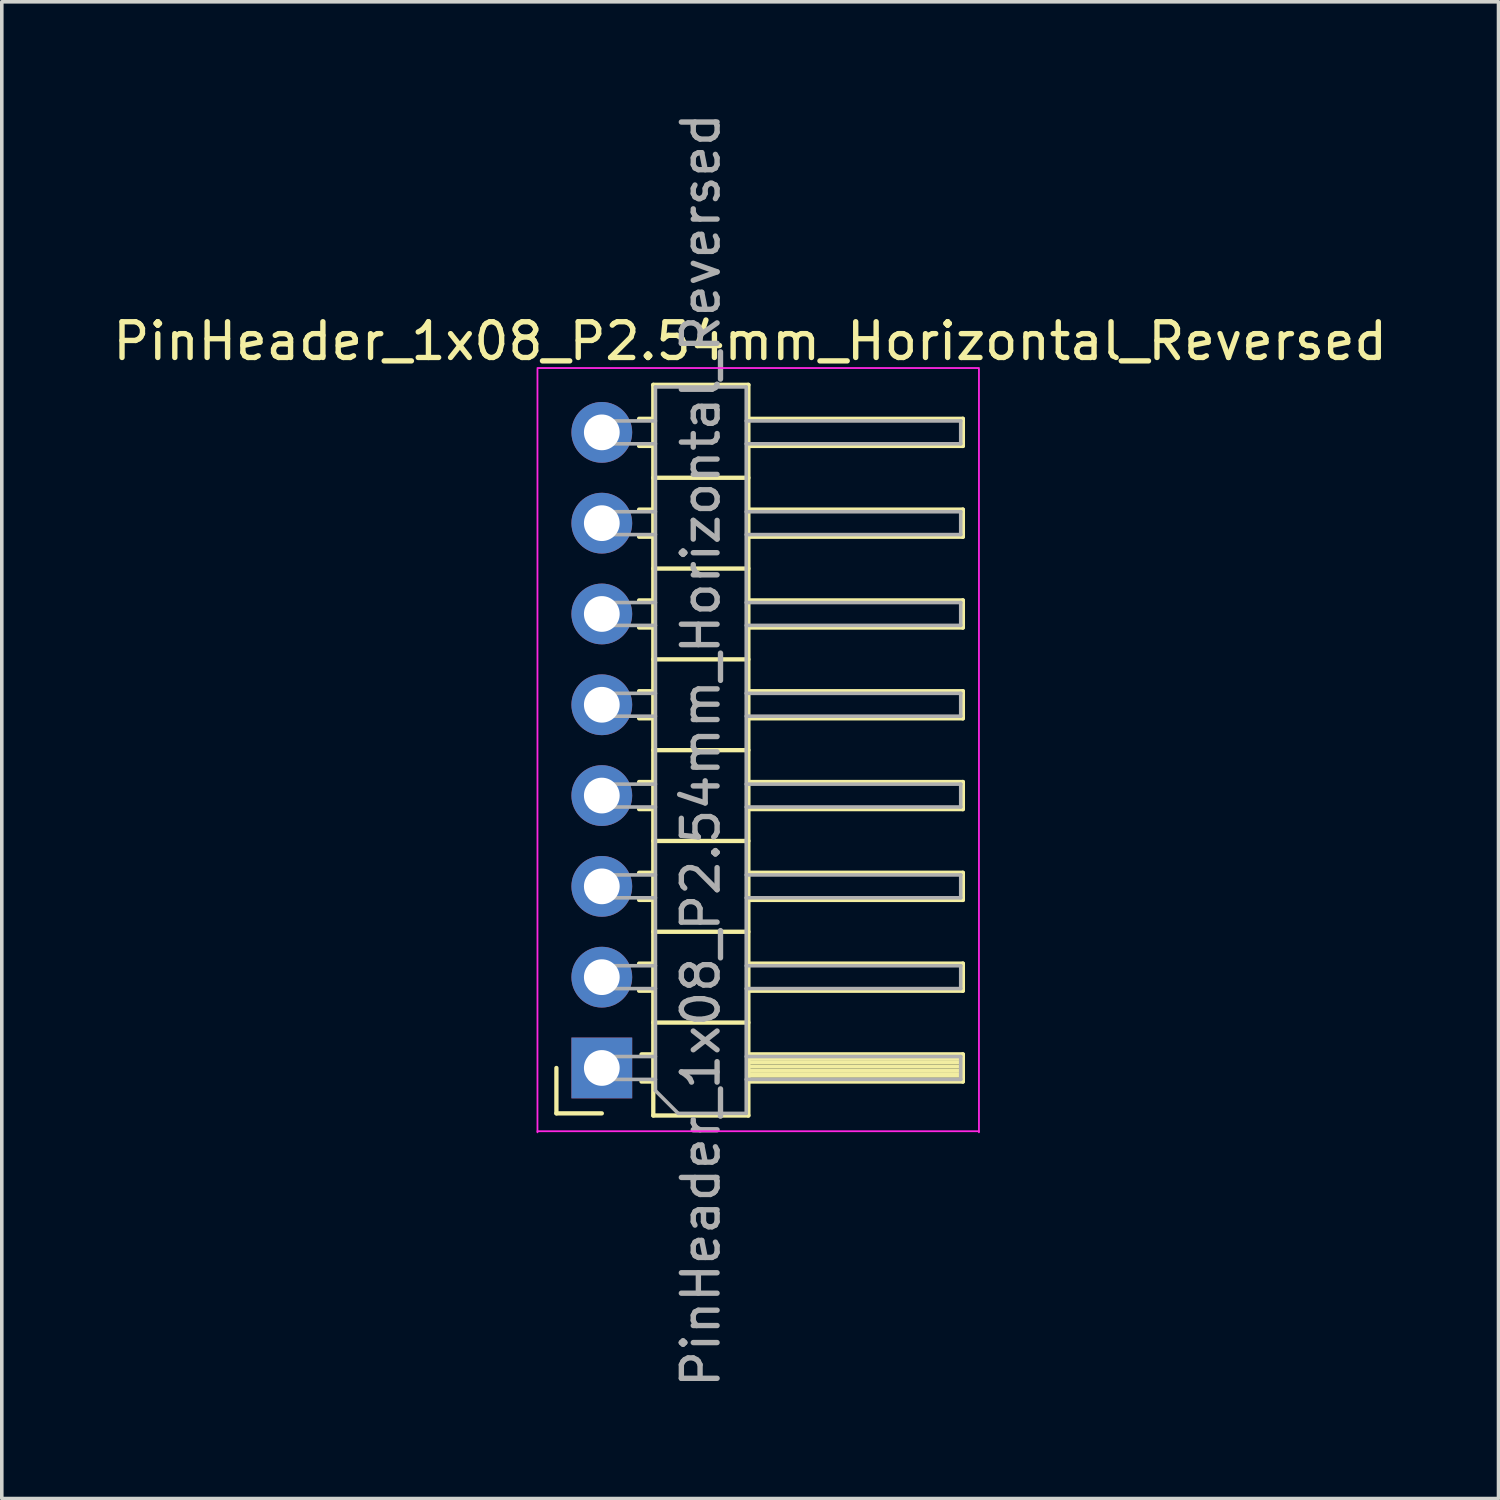
<source format=kicad_pcb>
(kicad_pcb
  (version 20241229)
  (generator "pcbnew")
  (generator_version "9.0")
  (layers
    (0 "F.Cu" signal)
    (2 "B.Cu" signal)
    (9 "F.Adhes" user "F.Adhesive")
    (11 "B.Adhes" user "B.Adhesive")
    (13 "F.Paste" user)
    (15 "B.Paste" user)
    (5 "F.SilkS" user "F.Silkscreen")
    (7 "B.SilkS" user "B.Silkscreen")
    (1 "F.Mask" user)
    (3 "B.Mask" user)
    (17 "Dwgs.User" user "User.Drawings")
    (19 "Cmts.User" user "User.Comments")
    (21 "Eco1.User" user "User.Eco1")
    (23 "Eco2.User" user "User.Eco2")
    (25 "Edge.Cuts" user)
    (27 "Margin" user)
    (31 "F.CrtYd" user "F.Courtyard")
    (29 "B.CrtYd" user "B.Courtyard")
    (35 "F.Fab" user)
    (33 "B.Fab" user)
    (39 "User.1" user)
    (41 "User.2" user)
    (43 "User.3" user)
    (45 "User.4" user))
  (footprint "PinHeader_1x08_P2.54mm_Horizontal_Reversed"
    (layer "F.Cu")
    (at 13.785 9.045)
    (property "Reference" "PinHeader_1x08_P2.54mm_Horizontal_Reversed" (at 4.15 -2.55 0) (layer "F.SilkS") (effects (font (size 1 1) (thickness 0.15))))
    (attr through_hole)
    (fp_line (start -1.27 17.78) (end -1.27 19.05) (stroke (width 0.12) (type solid)) (layer "F.SilkS"))
    (fp_line (start -1.27 19.05) (end 0 19.05) (stroke (width 0.12) (type solid)) (layer "F.SilkS"))
    (fp_line (start 1.043 -0.38) (end 1.44 -0.38) (stroke (width 0.12) (type solid)) (layer "F.SilkS"))
    (fp_line (start 1.043 0.38) (end 1.44 0.38) (stroke (width 0.12) (type solid)) (layer "F.SilkS"))
    (fp_line (start 1.043 2.16) (end 1.44 2.16) (stroke (width 0.12) (type solid)) (layer "F.SilkS"))
    (fp_line (start 1.043 2.92) (end 1.44 2.92) (stroke (width 0.12) (type solid)) (layer "F.SilkS"))
    (fp_line (start 1.043 4.7) (end 1.44 4.7) (stroke (width 0.12) (type solid)) (layer "F.SilkS"))
    (fp_line (start 1.043 5.46) (end 1.44 5.46) (stroke (width 0.12) (type solid)) (layer "F.SilkS"))
    (fp_line (start 1.043 7.24) (end 1.44 7.24) (stroke (width 0.12) (type solid)) (layer "F.SilkS"))
    (fp_line (start 1.043 8) (end 1.44 8) (stroke (width 0.12) (type solid)) (layer "F.SilkS"))
    (fp_line (start 1.043 9.78) (end 1.44 9.78) (stroke (width 0.12) (type solid)) (layer "F.SilkS"))
    (fp_line (start 1.043 10.54) (end 1.44 10.54) (stroke (width 0.12) (type solid)) (layer "F.SilkS"))
    (fp_line (start 1.043 12.32) (end 1.44 12.32) (stroke (width 0.12) (type solid)) (layer "F.SilkS"))
    (fp_line (start 1.043 13.08) (end 1.44 13.08) (stroke (width 0.12) (type solid)) (layer "F.SilkS"))
    (fp_line (start 1.043 14.86) (end 1.44 14.86) (stroke (width 0.12) (type solid)) (layer "F.SilkS"))
    (fp_line (start 1.043 15.62) (end 1.44 15.62) (stroke (width 0.12) (type solid)) (layer "F.SilkS"))
    (fp_line (start 1.11 17.4) (end 1.44 17.4) (stroke (width 0.12) (type solid)) (layer "F.SilkS"))
    (fp_line (start 1.11 18.16) (end 1.44 18.16) (stroke (width 0.12) (type solid)) (layer "F.SilkS"))
    (fp_line (start 1.44 -1.33) (end 4.1 -1.33) (stroke (width 0.12) (type solid)) (layer "F.SilkS"))
    (fp_line (start 1.44 1.27) (end 4.1 1.27) (stroke (width 0.12) (type solid)) (layer "F.SilkS"))
    (fp_line (start 1.44 3.81) (end 4.1 3.81) (stroke (width 0.12) (type solid)) (layer "F.SilkS"))
    (fp_line (start 1.44 6.35) (end 4.1 6.35) (stroke (width 0.12) (type solid)) (layer "F.SilkS"))
    (fp_line (start 1.44 8.89) (end 4.1 8.89) (stroke (width 0.12) (type solid)) (layer "F.SilkS"))
    (fp_line (start 1.44 11.43) (end 4.1 11.43) (stroke (width 0.12) (type solid)) (layer "F.SilkS"))
    (fp_line (start 1.44 13.97) (end 4.1 13.97) (stroke (width 0.12) (type solid)) (layer "F.SilkS"))
    (fp_line (start 1.44 16.51) (end 4.1 16.51) (stroke (width 0.12) (type solid)) (layer "F.SilkS"))
    (fp_line (start 1.44 19.11) (end 1.44 -1.33) (stroke (width 0.12) (type solid)) (layer "F.SilkS"))
    (fp_line (start 4.1 -1.33) (end 4.1 19.11) (stroke (width 0.12) (type solid)) (layer "F.SilkS"))
    (fp_line (start 4.1 0.38) (end 10.1 0.38) (stroke (width 0.12) (type solid)) (layer "F.SilkS"))
    (fp_line (start 4.1 2.92) (end 10.1 2.92) (stroke (width 0.12) (type solid)) (layer "F.SilkS"))
    (fp_line (start 4.1 5.46) (end 10.1 5.46) (stroke (width 0.12) (type solid)) (layer "F.SilkS"))
    (fp_line (start 4.1 8) (end 10.1 8) (stroke (width 0.12) (type solid)) (layer "F.SilkS"))
    (fp_line (start 4.1 10.54) (end 10.1 10.54) (stroke (width 0.12) (type solid)) (layer "F.SilkS"))
    (fp_line (start 4.1 13.08) (end 10.1 13.08) (stroke (width 0.12) (type solid)) (layer "F.SilkS"))
    (fp_line (start 4.1 15.62) (end 10.1 15.62) (stroke (width 0.12) (type solid)) (layer "F.SilkS"))
    (fp_line (start 4.1 17.5) (end 10.1 17.5) (stroke (width 0.12) (type solid)) (layer "F.SilkS"))
    (fp_line (start 4.1 17.62) (end 10.1 17.62) (stroke (width 0.12) (type solid)) (layer "F.SilkS"))
    (fp_line (start 4.1 17.74) (end 10.1 17.74) (stroke (width 0.12) (type solid)) (layer "F.SilkS"))
    (fp_line (start 4.1 17.86) (end 10.1 17.86) (stroke (width 0.12) (type solid)) (layer "F.SilkS"))
    (fp_line (start 4.1 17.98) (end 10.1 17.98) (stroke (width 0.12) (type solid)) (layer "F.SilkS"))
    (fp_line (start 4.1 18.1) (end 10.1 18.1) (stroke (width 0.12) (type solid)) (layer "F.SilkS"))
    (fp_line (start 4.1 18.16) (end 10.1 18.16) (stroke (width 0.12) (type solid)) (layer "F.SilkS"))
    (fp_line (start 4.1 19.11) (end 1.44 19.11) (stroke (width 0.12) (type solid)) (layer "F.SilkS"))
    (fp_line (start 10.1 -0.38) (end 4.1 -0.38) (stroke (width 0.12) (type solid)) (layer "F.SilkS"))
    (fp_line (start 10.1 0.38) (end 10.1 -0.38) (stroke (width 0.12) (type solid)) (layer "F.SilkS"))
    (fp_line (start 10.1 2.16) (end 4.1 2.16) (stroke (width 0.12) (type solid)) (layer "F.SilkS"))
    (fp_line (start 10.1 2.92) (end 10.1 2.16) (stroke (width 0.12) (type solid)) (layer "F.SilkS"))
    (fp_line (start 10.1 4.7) (end 4.1 4.7) (stroke (width 0.12) (type solid)) (layer "F.SilkS"))
    (fp_line (start 10.1 5.46) (end 10.1 4.7) (stroke (width 0.12) (type solid)) (layer "F.SilkS"))
    (fp_line (start 10.1 7.24) (end 4.1 7.24) (stroke (width 0.12) (type solid)) (layer "F.SilkS"))
    (fp_line (start 10.1 8) (end 10.1 7.24) (stroke (width 0.12) (type solid)) (layer "F.SilkS"))
    (fp_line (start 10.1 9.78) (end 4.1 9.78) (stroke (width 0.12) (type solid)) (layer "F.SilkS"))
    (fp_line (start 10.1 10.54) (end 10.1 9.78) (stroke (width 0.12) (type solid)) (layer "F.SilkS"))
    (fp_line (start 10.1 12.32) (end 4.1 12.32) (stroke (width 0.12) (type solid)) (layer "F.SilkS"))
    (fp_line (start 10.1 13.08) (end 10.1 12.32) (stroke (width 0.12) (type solid)) (layer "F.SilkS"))
    (fp_line (start 10.1 14.86) (end 4.1 14.86) (stroke (width 0.12) (type solid)) (layer "F.SilkS"))
    (fp_line (start 10.1 15.62) (end 10.1 14.86) (stroke (width 0.12) (type solid)) (layer "F.SilkS"))
    (fp_line (start 10.1 17.4) (end 4.1 17.4) (stroke (width 0.12) (type solid)) (layer "F.SilkS"))
    (fp_line (start 10.1 18.16) (end 10.1 17.4) (stroke (width 0.12) (type solid)) (layer "F.SilkS"))
    (fp_line (start -1.8 19.55) (end 10.55 19.55) (stroke (width 0.05) (type solid)) (layer "F.CrtYd"))
    (fp_line (start -1.8 19.58) (end -1.8 -1.77) (stroke (width 0.05) (type solid)) (layer "F.CrtYd"))
    (fp_line (start 10.55 -1.8) (end -1.8 -1.8) (stroke (width 0.05) (type solid)) (layer "F.CrtYd"))
    (fp_line (start 10.55 -1.77) (end 10.55 19.58) (stroke (width 0.05) (type solid)) (layer "F.CrtYd"))
    (fp_line (start -0.32 -0.32) (end 1.5 -0.32) (stroke (width 0.1) (type solid)) (layer "F.Fab"))
    (fp_line (start -0.32 0.32) (end -0.32 -0.32) (stroke (width 0.1) (type solid)) (layer "F.Fab"))
    (fp_line (start -0.32 0.32) (end 1.5 0.32) (stroke (width 0.1) (type solid)) (layer "F.Fab"))
    (fp_line (start -0.32 2.22) (end 1.5 2.22) (stroke (width 0.1) (type solid)) (layer "F.Fab"))
    (fp_line (start -0.32 2.86) (end -0.32 2.22) (stroke (width 0.1) (type solid)) (layer "F.Fab"))
    (fp_line (start -0.32 2.86) (end 1.5 2.86) (stroke (width 0.1) (type solid)) (layer "F.Fab"))
    (fp_line (start -0.32 4.76) (end 1.5 4.76) (stroke (width 0.1) (type solid)) (layer "F.Fab"))
    (fp_line (start -0.32 5.4) (end -0.32 4.76) (stroke (width 0.1) (type solid)) (layer "F.Fab"))
    (fp_line (start -0.32 5.4) (end 1.5 5.4) (stroke (width 0.1) (type solid)) (layer "F.Fab"))
    (fp_line (start -0.32 7.3) (end 1.5 7.3) (stroke (width 0.1) (type solid)) (layer "F.Fab"))
    (fp_line (start -0.32 7.94) (end -0.32 7.3) (stroke (width 0.1) (type solid)) (layer "F.Fab"))
    (fp_line (start -0.32 7.94) (end 1.5 7.94) (stroke (width 0.1) (type solid)) (layer "F.Fab"))
    (fp_line (start -0.32 9.84) (end 1.5 9.84) (stroke (width 0.1) (type solid)) (layer "F.Fab"))
    (fp_line (start -0.32 10.48) (end -0.32 9.84) (stroke (width 0.1) (type solid)) (layer "F.Fab"))
    (fp_line (start -0.32 10.48) (end 1.5 10.48) (stroke (width 0.1) (type solid)) (layer "F.Fab"))
    (fp_line (start -0.32 12.38) (end 1.5 12.38) (stroke (width 0.1) (type solid)) (layer "F.Fab"))
    (fp_line (start -0.32 13.02) (end -0.32 12.38) (stroke (width 0.1) (type solid)) (layer "F.Fab"))
    (fp_line (start -0.32 13.02) (end 1.5 13.02) (stroke (width 0.1) (type solid)) (layer "F.Fab"))
    (fp_line (start -0.32 14.92) (end 1.5 14.92) (stroke (width 0.1) (type solid)) (layer "F.Fab"))
    (fp_line (start -0.32 15.56) (end -0.32 14.92) (stroke (width 0.1) (type solid)) (layer "F.Fab"))
    (fp_line (start -0.32 15.56) (end 1.5 15.56) (stroke (width 0.1) (type solid)) (layer "F.Fab"))
    (fp_line (start -0.32 17.46) (end 1.5 17.46) (stroke (width 0.1) (type solid)) (layer "F.Fab"))
    (fp_line (start -0.32 18.1) (end -0.32 17.46) (stroke (width 0.1) (type solid)) (layer "F.Fab"))
    (fp_line (start -0.32 18.1) (end 1.5 18.1) (stroke (width 0.1) (type solid)) (layer "F.Fab"))
    (fp_line (start 1.5 -1.27) (end 1.5 18.415) (stroke (width 0.1) (type solid)) (layer "F.Fab"))
    (fp_line (start 1.5 18.415) (end 2.135 19.05) (stroke (width 0.1) (type solid)) (layer "F.Fab"))
    (fp_line (start 2.135 19.05) (end 4.04 19.05) (stroke (width 0.1) (type solid)) (layer "F.Fab"))
    (fp_line (start 4.04 -1.27) (end 1.5 -1.27) (stroke (width 0.1) (type solid)) (layer "F.Fab"))
    (fp_line (start 4.04 -0.32) (end 10.04 -0.32) (stroke (width 0.1) (type solid)) (layer "F.Fab"))
    (fp_line (start 4.04 0.32) (end 10.04 0.32) (stroke (width 0.1) (type solid)) (layer "F.Fab"))
    (fp_line (start 4.04 2.22) (end 10.04 2.22) (stroke (width 0.1) (type solid)) (layer "F.Fab"))
    (fp_line (start 4.04 2.86) (end 10.04 2.86) (stroke (width 0.1) (type solid)) (layer "F.Fab"))
    (fp_line (start 4.04 4.76) (end 10.04 4.76) (stroke (width 0.1) (type solid)) (layer "F.Fab"))
    (fp_line (start 4.04 5.4) (end 10.04 5.4) (stroke (width 0.1) (type solid)) (layer "F.Fab"))
    (fp_line (start 4.04 7.3) (end 10.04 7.3) (stroke (width 0.1) (type solid)) (layer "F.Fab"))
    (fp_line (start 4.04 7.94) (end 10.04 7.94) (stroke (width 0.1) (type solid)) (layer "F.Fab"))
    (fp_line (start 4.04 9.84) (end 10.04 9.84) (stroke (width 0.1) (type solid)) (layer "F.Fab"))
    (fp_line (start 4.04 10.48) (end 10.04 10.48) (stroke (width 0.1) (type solid)) (layer "F.Fab"))
    (fp_line (start 4.04 12.38) (end 10.04 12.38) (stroke (width 0.1) (type solid)) (layer "F.Fab"))
    (fp_line (start 4.04 13.02) (end 10.04 13.02) (stroke (width 0.1) (type solid)) (layer "F.Fab"))
    (fp_line (start 4.04 14.92) (end 10.04 14.92) (stroke (width 0.1) (type solid)) (layer "F.Fab"))
    (fp_line (start 4.04 15.56) (end 10.04 15.56) (stroke (width 0.1) (type solid)) (layer "F.Fab"))
    (fp_line (start 4.04 17.46) (end 10.04 17.46) (stroke (width 0.1) (type solid)) (layer "F.Fab"))
    (fp_line (start 4.04 18.1) (end 10.04 18.1) (stroke (width 0.1) (type solid)) (layer "F.Fab"))
    (fp_line (start 4.04 19.05) (end 4.04 -1.27) (stroke (width 0.1) (type solid)) (layer "F.Fab"))
    (fp_line (start 10.04 0.32) (end 10.04 -0.32) (stroke (width 0.1) (type solid)) (layer "F.Fab"))
    (fp_line (start 10.04 2.86) (end 10.04 2.22) (stroke (width 0.1) (type solid)) (layer "F.Fab"))
    (fp_line (start 10.04 5.4) (end 10.04 4.76) (stroke (width 0.1) (type solid)) (layer "F.Fab"))
    (fp_line (start 10.04 7.94) (end 10.04 7.3) (stroke (width 0.1) (type solid)) (layer "F.Fab"))
    (fp_line (start 10.04 10.48) (end 10.04 9.84) (stroke (width 0.1) (type solid)) (layer "F.Fab"))
    (fp_line (start 10.04 13.02) (end 10.04 12.38) (stroke (width 0.1) (type solid)) (layer "F.Fab"))
    (fp_line (start 10.04 15.56) (end 10.04 14.92) (stroke (width 0.1) (type solid)) (layer "F.Fab"))
    (fp_line (start 10.04 18.1) (end 10.04 17.46) (stroke (width 0.1) (type solid)) (layer "F.Fab"))
    (fp_text user "${REFERENCE}" (at 2.77 8.89 90) (layer "F.Fab") (effects (font (size 1 1) (thickness 0.15))))
    (pad "1" thru_hole rect (at 0 17.78) (size 1.7 1.7) (drill 1) (layers "*.Cu" "*.Mask"))
    (pad "2" thru_hole oval (at 0 15.24) (size 1.7 1.7) (drill 1) (layers "*.Cu" "*.Mask"))
    (pad "3" thru_hole oval (at 0 12.7) (size 1.7 1.7) (drill 1) (layers "*.Cu" "*.Mask"))
    (pad "4" thru_hole oval (at 0 10.16) (size 1.7 1.7) (drill 1) (layers "*.Cu" "*.Mask"))
    (pad "5" thru_hole oval (at 0 7.62) (size 1.7 1.7) (drill 1) (layers "*.Cu" "*.Mask"))
    (pad "6" thru_hole oval (at 0 5.08) (size 1.7 1.7) (drill 1) (layers "*.Cu" "*.Mask"))
    (pad "7" thru_hole oval (at 0 2.54) (size 1.7 1.7) (drill 1) (layers "*.Cu" "*.Mask"))
    (pad "8" thru_hole oval (at 0 0) (size 1.7 1.7) (drill 1) (layers "*.Cu" "*.Mask")))
  (gr_rect
    (start -3 -3)
    (end 38.869 38.869)
    (stroke (width 0.1) (type default))
    (fill no)
    (layer "Edge.Cuts")))
</source>
